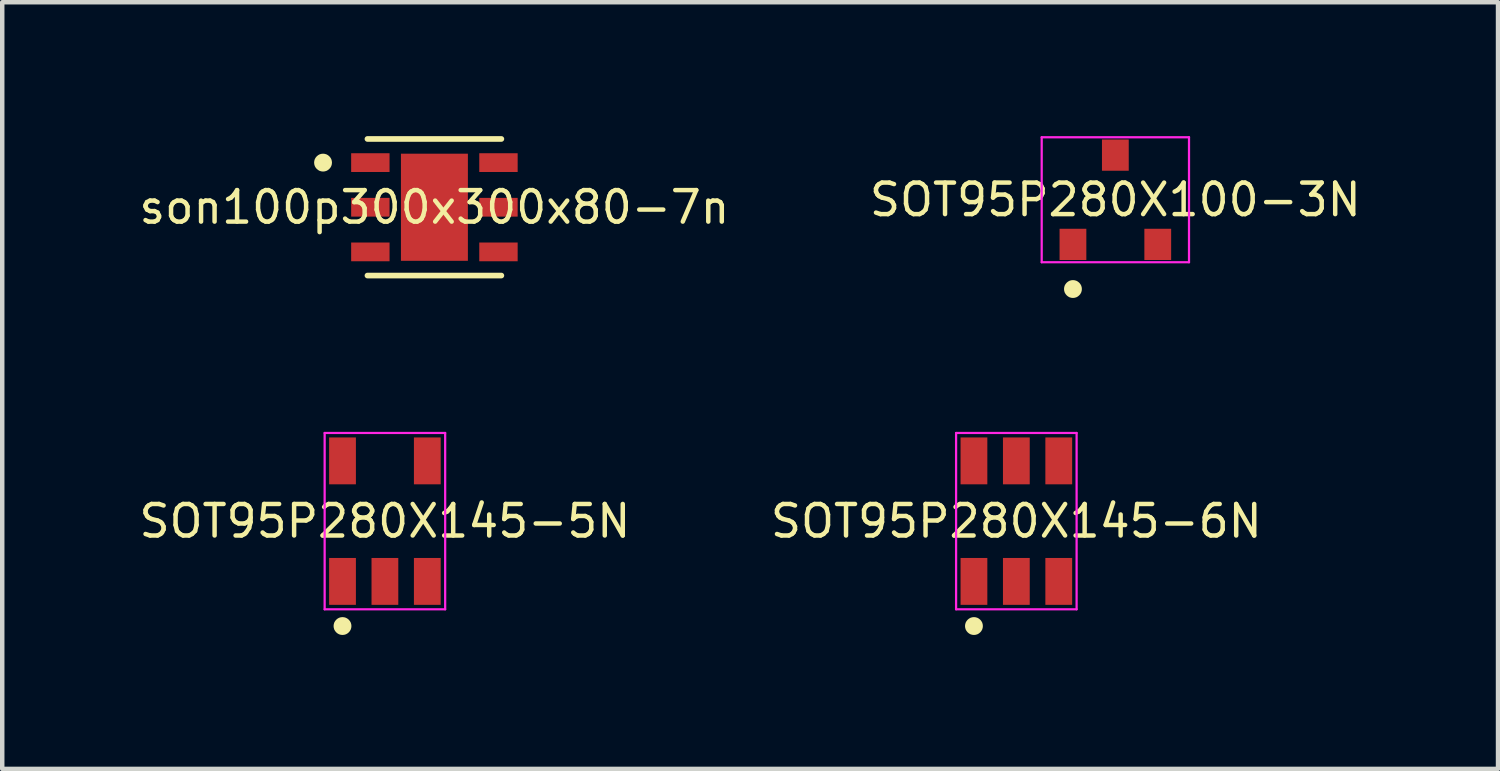
<source format=kicad_pcb>
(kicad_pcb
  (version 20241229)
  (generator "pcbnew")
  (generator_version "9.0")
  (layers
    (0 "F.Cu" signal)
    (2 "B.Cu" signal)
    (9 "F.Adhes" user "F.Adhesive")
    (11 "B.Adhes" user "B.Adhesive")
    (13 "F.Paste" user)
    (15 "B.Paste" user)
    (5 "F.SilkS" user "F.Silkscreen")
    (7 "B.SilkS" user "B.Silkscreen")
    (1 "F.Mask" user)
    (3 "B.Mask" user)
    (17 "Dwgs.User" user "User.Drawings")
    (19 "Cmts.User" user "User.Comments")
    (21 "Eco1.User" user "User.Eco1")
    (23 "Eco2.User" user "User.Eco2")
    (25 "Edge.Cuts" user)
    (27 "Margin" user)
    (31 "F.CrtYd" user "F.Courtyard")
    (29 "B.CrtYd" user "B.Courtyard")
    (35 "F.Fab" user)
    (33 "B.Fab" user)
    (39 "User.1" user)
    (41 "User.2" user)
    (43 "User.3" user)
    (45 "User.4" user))
  (footprint "son100p300x300x80-7n"
    (layer "F.Cu")
    (at 6.682 1.593)
    (property "Reference" "son100p300x300x80-7n" (at 0 0 0) (layer "F.SilkS") (effects (font (size 0.706 0.706) (thickness 0.1))))
    (attr through_hole)
    (fp_poly (pts (xy -1.865 -0.79) (xy -1.005 -0.79) (xy -1.005 -1.21) (xy -1.865 -1.21)) (stroke (width 0) (type solid)) (fill yes) (layer "F.Mask"))
    (fp_poly (pts (xy -1.865 0.21) (xy -1.005 0.21) (xy -1.005 -0.21) (xy -1.865 -0.21)) (stroke (width 0) (type solid)) (fill yes) (layer "F.Mask"))
    (fp_poly (pts (xy -1.865 1.21) (xy -1.005 1.21) (xy -1.005 0.79) (xy -1.865 0.79)) (stroke (width 0) (type solid)) (fill yes) (layer "F.Mask"))
    (fp_poly (pts (xy -0.75 1.2) (xy 0.75 1.2) (xy 0.75 -1.2) (xy -0.75 -1.2)) (stroke (width 0) (type solid)) (fill yes) (layer "F.Mask"))
    (fp_poly (pts (xy 1.005 -0.79) (xy 1.865 -0.79) (xy 1.865 -1.21) (xy 1.005 -1.21)) (stroke (width 0) (type solid)) (fill yes) (layer "F.Mask"))
    (fp_poly (pts (xy 1.005 0.21) (xy 1.865 0.21) (xy 1.865 -0.21) (xy 1.005 -0.21)) (stroke (width 0) (type solid)) (fill yes) (layer "F.Mask"))
    (fp_poly (pts (xy 1.005 1.21) (xy 1.865 1.21) (xy 1.865 0.79) (xy 1.005 0.79)) (stroke (width 0) (type solid)) (fill yes) (layer "F.Mask"))
    (fp_line (start -1.5 -1.53) (end 1.5 -1.53) (stroke (width 0.127) (type solid)) (layer "F.SilkS"))
    (fp_line (start -1.5 1.53) (end 1.5 1.53) (stroke (width 0.127) (type solid)) (layer "F.SilkS"))
    (fp_poly (pts (xy -2.295 -1) (xy -2.299 -1.039) (xy -2.31 -1.077) (xy -2.329 -1.111) (xy -2.354 -1.141) (xy -2.384 -1.166) (xy -2.418 -1.185) (xy -2.456 -1.196) (xy -2.495 -1.2) (xy -2.534 -1.196) (xy -2.572 -1.185) (xy -2.606 -1.166) (xy -2.636 -1.141) (xy -2.661 -1.111) (xy -2.68 -1.077) (xy -2.691 -1.039) (xy -2.695 -1) (xy -2.691 -0.961) (xy -2.68 -0.923) (xy -2.661 -0.889) (xy -2.636 -0.859) (xy -2.606 -0.834) (xy -2.572 -0.815) (xy -2.534 -0.804) (xy -2.495 -0.8) (xy -2.456 -0.804) (xy -2.418 -0.815) (xy -2.384 -0.834) (xy -2.354 -0.859) (xy -2.329 -0.889) (xy -2.31 -0.923) (xy -2.299 -0.961)) (stroke (width 0) (type solid)) (fill yes) (layer "F.SilkS"))
    (fp_poly (pts (xy -1.865 -0.79) (xy -1.005 -0.79) (xy -1.005 -1.21) (xy -1.865 -1.21)) (stroke (width 0) (type solid)) (fill yes) (layer "F.Paste"))
    (fp_poly (pts (xy -1.865 0.21) (xy -1.005 0.21) (xy -1.005 -0.21) (xy -1.865 -0.21)) (stroke (width 0) (type solid)) (fill yes) (layer "F.Paste"))
    (fp_poly (pts (xy -1.865 1.21) (xy -1.005 1.21) (xy -1.005 0.79) (xy -1.865 0.79)) (stroke (width 0) (type solid)) (fill yes) (layer "F.Paste"))
    (fp_poly (pts (xy -0.75 1.2) (xy 0.75 1.2) (xy 0.75 -1.2) (xy -0.75 -1.2)) (stroke (width 0) (type solid)) (fill yes) (layer "F.Paste"))
    (fp_poly (pts (xy 1.005 -0.79) (xy 1.865 -0.79) (xy 1.865 -1.21) (xy 1.005 -1.21)) (stroke (width 0) (type solid)) (fill yes) (layer "F.Paste"))
    (fp_poly (pts (xy 1.005 0.21) (xy 1.865 0.21) (xy 1.865 -0.21) (xy 1.005 -0.21)) (stroke (width 0) (type solid)) (fill yes) (layer "F.Paste"))
    (fp_poly (pts (xy 1.005 1.21) (xy 1.865 1.21) (xy 1.865 0.79) (xy 1.005 0.79)) (stroke (width 0) (type solid)) (fill yes) (layer "F.Paste"))
    (pad "1" smd rect (at -1.435 -1) (size 0.86 0.42) (layers "F.Cu"))
    (pad "2" smd rect (at -1.435 0) (size 0.86 0.42) (layers "F.Cu"))
    (pad "3" smd rect (at -1.435 1) (size 0.86 0.42) (layers "F.Cu"))
    (pad "4" smd rect (at 1.435 1) (size 0.86 0.42) (layers "F.Cu"))
    (pad "5" smd rect (at 1.435 0) (size 0.86 0.42) (layers "F.Cu"))
    (pad "6" smd rect (at 1.435 -1) (size 0.86 0.42) (layers "F.Cu"))
    (pad "7" smd rect (at 0 0) (size 1.5 2.4) (layers "F.Cu")))
  (footprint "SOT95P280X145-6N"
    (layer "F.Cu")
    (at 19.719 8.625)
    (property "Reference" "SOT95P280X145-6N" (at 0 0 0) (layer "F.SilkS") (effects (font (size 0.706 0.706) (thickness 0.1))))
    (attr through_hole)
    (fp_poly (pts (xy -1.25 -0.825) (xy -0.65 -0.825) (xy -0.65 -1.875) (xy -1.25 -1.875)) (stroke (width 0) (type solid)) (fill yes) (layer "F.Mask"))
    (fp_poly (pts (xy -1.25 1.875) (xy -0.65 1.875) (xy -0.65 0.825) (xy -1.25 0.825)) (stroke (width 0) (type solid)) (fill yes) (layer "F.Mask"))
    (fp_poly (pts (xy -0.3 -0.825) (xy 0.3 -0.825) (xy 0.3 -1.875) (xy -0.3 -1.875)) (stroke (width 0) (type solid)) (fill yes) (layer "F.Mask"))
    (fp_poly (pts (xy -0.3 1.875) (xy 0.3 1.875) (xy 0.3 0.825) (xy -0.3 0.825)) (stroke (width 0) (type solid)) (fill yes) (layer "F.Mask"))
    (fp_poly (pts (xy 0.65 -0.825) (xy 1.25 -0.825) (xy 1.25 -1.875) (xy 0.65 -1.875)) (stroke (width 0) (type solid)) (fill yes) (layer "F.Mask"))
    (fp_poly (pts (xy 0.65 1.875) (xy 1.25 1.875) (xy 1.25 0.825) (xy 0.65 0.825)) (stroke (width 0) (type solid)) (fill yes) (layer "F.Mask"))
    (fp_poly (pts (xy -0.75 2.35) (xy -0.754 2.311) (xy -0.765 2.273) (xy -0.784 2.239) (xy -0.809 2.209) (xy -0.839 2.184) (xy -0.873 2.165) (xy -0.911 2.154) (xy -0.95 2.15) (xy -0.989 2.154) (xy -1.027 2.165) (xy -1.061 2.184) (xy -1.091 2.209) (xy -1.116 2.239) (xy -1.135 2.273) (xy -1.146 2.311) (xy -1.15 2.35) (xy -1.146 2.389) (xy -1.135 2.427) (xy -1.116 2.461) (xy -1.091 2.491) (xy -1.061 2.516) (xy -1.027 2.535) (xy -0.989 2.546) (xy -0.95 2.55) (xy -0.911 2.546) (xy -0.873 2.535) (xy -0.839 2.516) (xy -0.809 2.491) (xy -0.784 2.461) (xy -0.765 2.427) (xy -0.754 2.389)) (stroke (width 0) (type solid)) (fill yes) (layer "F.SilkS"))
    (fp_poly (pts (xy -1.25 -0.825) (xy -0.65 -0.825) (xy -0.65 -1.875) (xy -1.25 -1.875)) (stroke (width 0) (type solid)) (fill yes) (layer "F.Paste"))
    (fp_poly (pts (xy -1.25 1.875) (xy -0.65 1.875) (xy -0.65 0.825) (xy -1.25 0.825)) (stroke (width 0) (type solid)) (fill yes) (layer "F.Paste"))
    (fp_poly (pts (xy -0.3 -0.825) (xy 0.3 -0.825) (xy 0.3 -1.875) (xy -0.3 -1.875)) (stroke (width 0) (type solid)) (fill yes) (layer "F.Paste"))
    (fp_poly (pts (xy -0.3 1.875) (xy 0.3 1.875) (xy 0.3 0.825) (xy -0.3 0.825)) (stroke (width 0) (type solid)) (fill yes) (layer "F.Paste"))
    (fp_poly (pts (xy 0.65 -0.825) (xy 1.25 -0.825) (xy 1.25 -1.875) (xy 0.65 -1.875)) (stroke (width 0) (type solid)) (fill yes) (layer "F.Paste"))
    (fp_poly (pts (xy 0.65 1.875) (xy 1.25 1.875) (xy 1.25 0.825) (xy 0.65 0.825)) (stroke (width 0) (type solid)) (fill yes) (layer "F.Paste"))
    (fp_line (start -1.35 -1.975) (end -1.35 1.975) (stroke (width 0.05) (type solid)) (layer "F.CrtYd"))
    (fp_line (start -1.35 1.975) (end 1.35 1.975) (stroke (width 0.05) (type solid)) (layer "F.CrtYd"))
    (fp_line (start 1.35 -1.975) (end -1.35 -1.975) (stroke (width 0.05) (type solid)) (layer "F.CrtYd"))
    (fp_line (start 1.35 1.975) (end 1.35 -1.975) (stroke (width 0.05) (type solid)) (layer "F.CrtYd"))
    (pad "1" smd rect (at -0.95 1.35) (size 0.6 1.05) (layers "F.Cu"))
    (pad "2" smd rect (at 0 1.35) (size 0.6 1.05) (layers "F.Cu"))
    (pad "3" smd rect (at 0.95 1.35) (size 0.6 1.05) (layers "F.Cu"))
    (pad "4" smd rect (at 0.95 -1.35) (size 0.6 1.05) (layers "F.Cu"))
    (pad "5" smd rect (at 0 -1.35) (size 0.6 1.05) (layers "F.Cu"))
    (pad "6" smd rect (at -0.95 -1.35) (size 0.6 1.05) (layers "F.Cu")))
  (footprint "SOT95P280X100-3N"
    (layer "F.Cu")
    (at 21.937 1.425)
    (property "Reference" "SOT95P280X100-3N" (at 0 0 0) (layer "F.SilkS") (effects (font (size 0.706 0.706) (thickness 0.1))))
    (attr through_hole)
    (fp_poly (pts (xy -1.25 1.35) (xy -0.65 1.35) (xy -0.65 0.65) (xy -1.25 0.65)) (stroke (width 0) (type solid)) (fill yes) (layer "F.Mask"))
    (fp_poly (pts (xy -0.3 -0.65) (xy 0.3 -0.65) (xy 0.3 -1.35) (xy -0.3 -1.35)) (stroke (width 0) (type solid)) (fill yes) (layer "F.Mask"))
    (fp_poly (pts (xy 0.65 1.35) (xy 1.25 1.35) (xy 1.25 0.65) (xy 0.65 0.65)) (stroke (width 0) (type solid)) (fill yes) (layer "F.Mask"))
    (fp_poly (pts (xy -0.75 2) (xy -0.754 1.961) (xy -0.765 1.923) (xy -0.784 1.889) (xy -0.809 1.859) (xy -0.839 1.834) (xy -0.873 1.815) (xy -0.911 1.804) (xy -0.95 1.8) (xy -0.989 1.804) (xy -1.027 1.815) (xy -1.061 1.834) (xy -1.091 1.859) (xy -1.116 1.889) (xy -1.135 1.923) (xy -1.146 1.961) (xy -1.15 2) (xy -1.146 2.039) (xy -1.135 2.077) (xy -1.116 2.111) (xy -1.091 2.141) (xy -1.061 2.166) (xy -1.027 2.185) (xy -0.989 2.196) (xy -0.95 2.2) (xy -0.911 2.196) (xy -0.873 2.185) (xy -0.839 2.166) (xy -0.809 2.141) (xy -0.784 2.111) (xy -0.765 2.077) (xy -0.754 2.039)) (stroke (width 0) (type solid)) (fill yes) (layer "F.SilkS"))
    (fp_poly (pts (xy -1.25 1.35) (xy -0.65 1.35) (xy -0.65 0.65) (xy -1.25 0.65)) (stroke (width 0) (type solid)) (fill yes) (layer "F.Paste"))
    (fp_poly (pts (xy -0.3 -0.65) (xy 0.3 -0.65) (xy 0.3 -1.35) (xy -0.3 -1.35)) (stroke (width 0) (type solid)) (fill yes) (layer "F.Paste"))
    (fp_poly (pts (xy 0.65 1.35) (xy 1.25 1.35) (xy 1.25 0.65) (xy 0.65 0.65)) (stroke (width 0) (type solid)) (fill yes) (layer "F.Paste"))
    (fp_line (start -1.65 -1.4) (end -1.65 1.4) (stroke (width 0.05) (type solid)) (layer "F.CrtYd"))
    (fp_line (start -1.65 1.4) (end 1.65 1.4) (stroke (width 0.05) (type solid)) (layer "F.CrtYd"))
    (fp_line (start 1.65 -1.4) (end -1.65 -1.4) (stroke (width 0.05) (type solid)) (layer "F.CrtYd"))
    (fp_line (start 1.65 1.4) (end 1.65 -1.4) (stroke (width 0.05) (type solid)) (layer "F.CrtYd"))
    (pad "1" smd rect (at -0.95 1) (size 0.6 0.7) (layers "F.Cu"))
    (pad "2" smd rect (at 0.95 1) (size 0.6 0.7) (layers "F.Cu"))
    (pad "3" smd rect (at 0 -1) (size 0.6 0.7) (layers "F.Cu")))
  (footprint "SOT95P280X145-5N"
    (layer "F.Cu")
    (at 5.573 8.625)
    (property "Reference" "SOT95P280X145-5N" (at 0 0 0) (layer "F.SilkS") (effects (font (size 0.706 0.706) (thickness 0.1))))
    (attr through_hole)
    (fp_poly (pts (xy -1.25 -0.825) (xy -0.65 -0.825) (xy -0.65 -1.875) (xy -1.25 -1.875)) (stroke (width 0) (type solid)) (fill yes) (layer "F.Mask"))
    (fp_poly (pts (xy -1.25 1.875) (xy -0.65 1.875) (xy -0.65 0.825) (xy -1.25 0.825)) (stroke (width 0) (type solid)) (fill yes) (layer "F.Mask"))
    (fp_poly (pts (xy -0.3 1.875) (xy 0.3 1.875) (xy 0.3 0.825) (xy -0.3 0.825)) (stroke (width 0) (type solid)) (fill yes) (layer "F.Mask"))
    (fp_poly (pts (xy 0.65 -0.825) (xy 1.25 -0.825) (xy 1.25 -1.875) (xy 0.65 -1.875)) (stroke (width 0) (type solid)) (fill yes) (layer "F.Mask"))
    (fp_poly (pts (xy 0.65 1.875) (xy 1.25 1.875) (xy 1.25 0.825) (xy 0.65 0.825)) (stroke (width 0) (type solid)) (fill yes) (layer "F.Mask"))
    (fp_poly (pts (xy -0.75 2.35) (xy -0.754 2.311) (xy -0.765 2.273) (xy -0.784 2.239) (xy -0.809 2.209) (xy -0.839 2.184) (xy -0.873 2.165) (xy -0.911 2.154) (xy -0.95 2.15) (xy -0.989 2.154) (xy -1.027 2.165) (xy -1.061 2.184) (xy -1.091 2.209) (xy -1.116 2.239) (xy -1.135 2.273) (xy -1.146 2.311) (xy -1.15 2.35) (xy -1.146 2.389) (xy -1.135 2.427) (xy -1.116 2.461) (xy -1.091 2.491) (xy -1.061 2.516) (xy -1.027 2.535) (xy -0.989 2.546) (xy -0.95 2.55) (xy -0.911 2.546) (xy -0.873 2.535) (xy -0.839 2.516) (xy -0.809 2.491) (xy -0.784 2.461) (xy -0.765 2.427) (xy -0.754 2.389)) (stroke (width 0) (type solid)) (fill yes) (layer "F.SilkS"))
    (fp_poly (pts (xy -1.25 -0.825) (xy -0.65 -0.825) (xy -0.65 -1.875) (xy -1.25 -1.875)) (stroke (width 0) (type solid)) (fill yes) (layer "F.Paste"))
    (fp_poly (pts (xy -1.25 1.875) (xy -0.65 1.875) (xy -0.65 0.825) (xy -1.25 0.825)) (stroke (width 0) (type solid)) (fill yes) (layer "F.Paste"))
    (fp_poly (pts (xy -0.3 1.875) (xy 0.3 1.875) (xy 0.3 0.825) (xy -0.3 0.825)) (stroke (width 0) (type solid)) (fill yes) (layer "F.Paste"))
    (fp_poly (pts (xy 0.65 -0.825) (xy 1.25 -0.825) (xy 1.25 -1.875) (xy 0.65 -1.875)) (stroke (width 0) (type solid)) (fill yes) (layer "F.Paste"))
    (fp_poly (pts (xy 0.65 1.875) (xy 1.25 1.875) (xy 1.25 0.825) (xy 0.65 0.825)) (stroke (width 0) (type solid)) (fill yes) (layer "F.Paste"))
    (fp_line (start -1.35 -1.975) (end -1.35 1.975) (stroke (width 0.05) (type solid)) (layer "F.CrtYd"))
    (fp_line (start -1.35 1.975) (end 1.35 1.975) (stroke (width 0.05) (type solid)) (layer "F.CrtYd"))
    (fp_line (start 1.35 -1.975) (end -1.35 -1.975) (stroke (width 0.05) (type solid)) (layer "F.CrtYd"))
    (fp_line (start 1.35 1.975) (end 1.35 -1.975) (stroke (width 0.05) (type solid)) (layer "F.CrtYd"))
    (pad "1" smd rect (at -0.95 1.35) (size 0.6 1.05) (layers "F.Cu"))
    (pad "2" smd rect (at 0 1.35) (size 0.6 1.05) (layers "F.Cu"))
    (pad "3" smd rect (at 0.95 1.35) (size 0.6 1.05) (layers "F.Cu"))
    (pad "4" smd rect (at 0.95 -1.35) (size 0.6 1.05) (layers "F.Cu"))
    (pad "5" smd rect (at -0.95 -1.35) (size 0.6 1.05) (layers "F.Cu")))
  (gr_rect
    (start -3 -3)
    (end 30.51 14.175)
    (stroke (width 0.1) (type default))
    (fill no)
    (layer "Edge.Cuts")))
</source>
